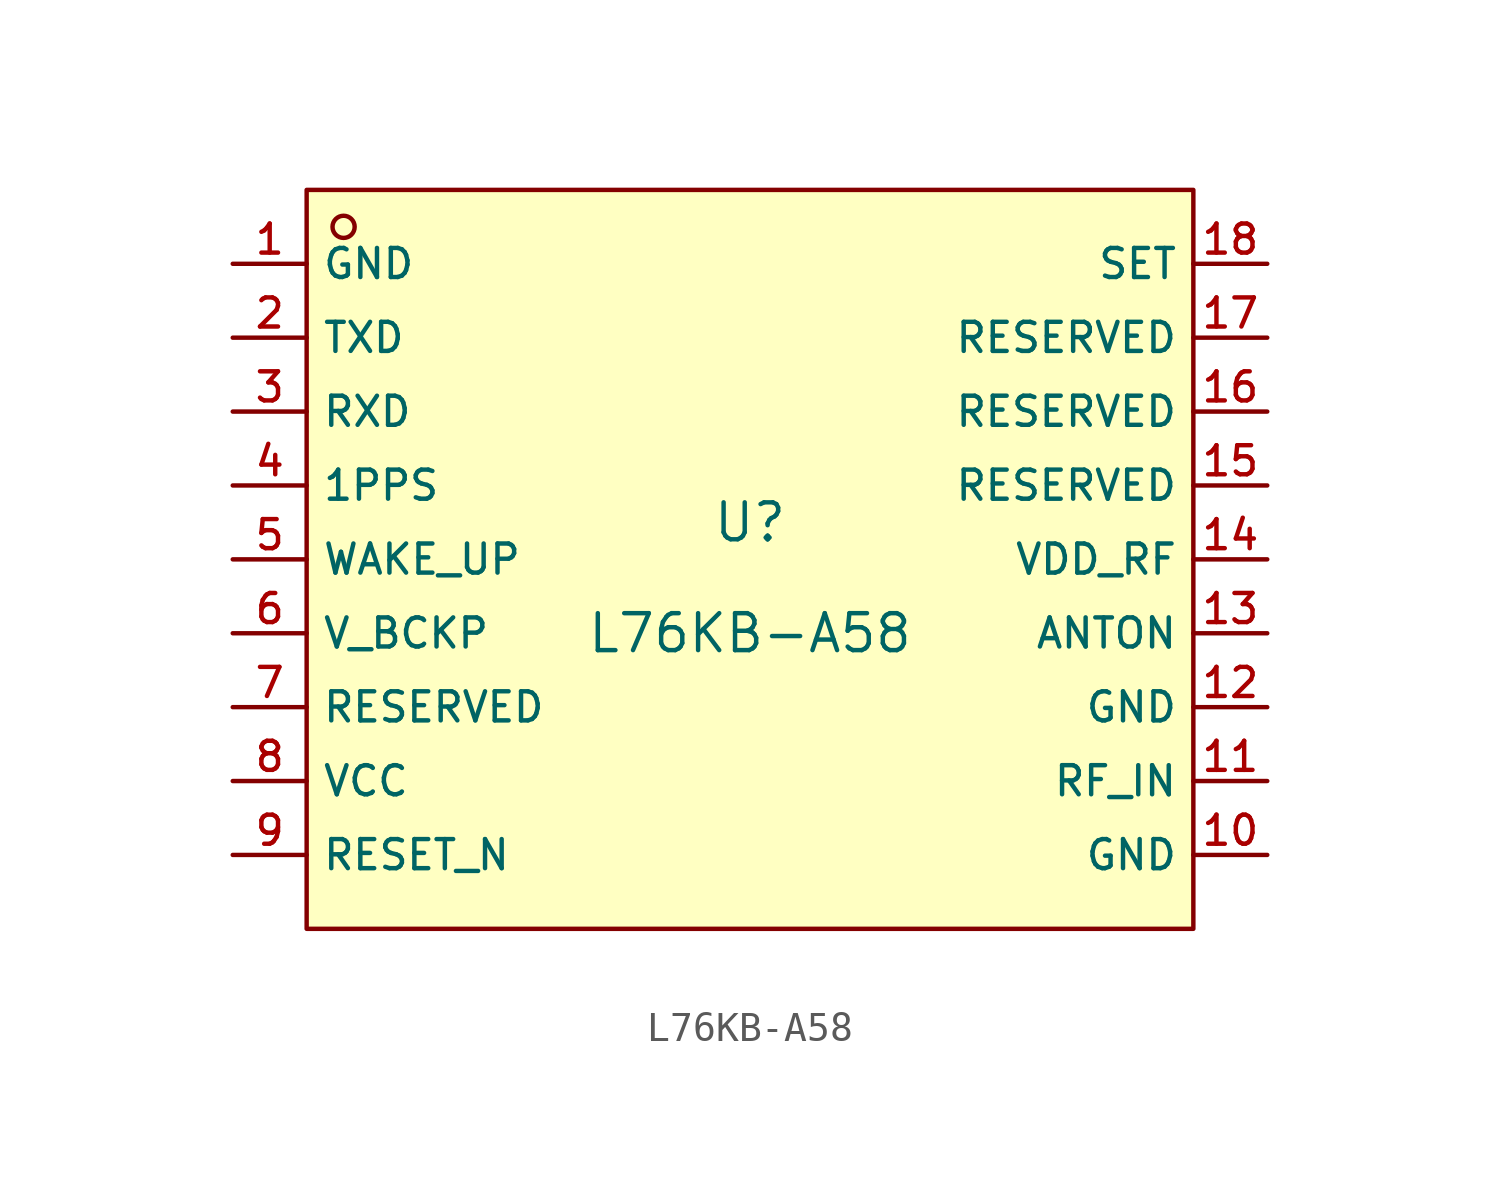
<source format=kicad_sym>
(kicad_symbol_lib
  (version 20210201)
  (generator TousstNicolas/JLC2KiCad_lib)
  (symbol "L76KB-A58"
    (property "Reference" "U"
      (at 0 1.27 0)
      (effects (font (size 1.27 1.27))))
    (property "Value" "L76KB-A58"
      (at 0 -2.54 0)
      (effects (font (size 1.27 1.27))))
    (symbol "L76KB-A58_0_1"
      (rectangle (start -15.24 12.7) (end 15.24 -12.7) (stroke (width 0) (type default) (color 0 0 0 0)) (fill (type background)))
      (circle (center -13.97 11.43) (radius 0.381) (stroke (width 0) (type default) (color 0 0 0 0)) (fill (type background)))
      (pin unspecified line (at -17.78 10.16 0) (length 2.54) (name "GND" (effects (font (size 1 1)))) (number "1" (effects (font (size 1 1)))))
      (pin unspecified line (at -17.78 7.62 0) (length 2.54) (name "TXD" (effects (font (size 1 1)))) (number "2" (effects (font (size 1 1)))))
      (pin unspecified line (at -17.78 5.08 0) (length 2.54) (name "RXD" (effects (font (size 1 1)))) (number "3" (effects (font (size 1 1)))))
      (pin unspecified line (at -17.78 2.54 0) (length 2.54) (name "1PPS" (effects (font (size 1 1)))) (number "4" (effects (font (size 1 1)))))
      (pin unspecified line (at -17.78 -0.0 0) (length 2.54) (name "WAKE_UP" (effects (font (size 1 1)))) (number "5" (effects (font (size 1 1)))))
      (pin unspecified line (at -17.78 -2.54 0) (length 2.54) (name "V_BCKP" (effects (font (size 1 1)))) (number "6" (effects (font (size 1 1)))))
      (pin unspecified line (at -17.78 -5.08 0) (length 2.54) (name "RESERVED" (effects (font (size 1 1)))) (number "7" (effects (font (size 1 1)))))
      (pin unspecified line (at -17.78 -7.62 0) (length 2.54) (name "VCC" (effects (font (size 1 1)))) (number "8" (effects (font (size 1 1)))))
      (pin unspecified line (at -17.78 -10.16 0) (length 2.54) (name "RESET_N" (effects (font (size 1 1)))) (number "9" (effects (font (size 1 1)))))
      (pin unspecified line (at 17.78 -10.16 180) (length 2.54) (name "GND" (effects (font (size 1 1)))) (number "10" (effects (font (size 1 1)))))
      (pin unspecified line (at 17.78 -7.62 180) (length 2.54) (name "RF_IN" (effects (font (size 1 1)))) (number "11" (effects (font (size 1 1)))))
      (pin unspecified line (at 17.78 -5.08 180) (length 2.54) (name "GND" (effects (font (size 1 1)))) (number "12" (effects (font (size 1 1)))))
      (pin unspecified line (at 17.78 -2.54 180) (length 2.54) (name "ANTON" (effects (font (size 1 1)))) (number "13" (effects (font (size 1 1)))))
      (pin unspecified line (at 17.78 -0.0 180) (length 2.54) (name "VDD_RF" (effects (font (size 1 1)))) (number "14" (effects (font (size 1 1)))))
      (pin unspecified line (at 17.78 2.54 180) (length 2.54) (name "RESERVED" (effects (font (size 1 1)))) (number "15" (effects (font (size 1 1)))))
      (pin unspecified line (at 17.78 5.08 180) (length 2.54) (name "RESERVED" (effects (font (size 1 1)))) (number "16" (effects (font (size 1 1)))))
      (pin unspecified line (at 17.78 7.62 180) (length 2.54) (name "RESERVED" (effects (font (size 1 1)))) (number "17" (effects (font (size 1 1)))))
      (pin unspecified line (at 17.78 10.16 180) (length 2.54) (name "SET" (effects (font (size 1 1)))) (number "18" (effects (font (size 1 1))))))))
</source>
